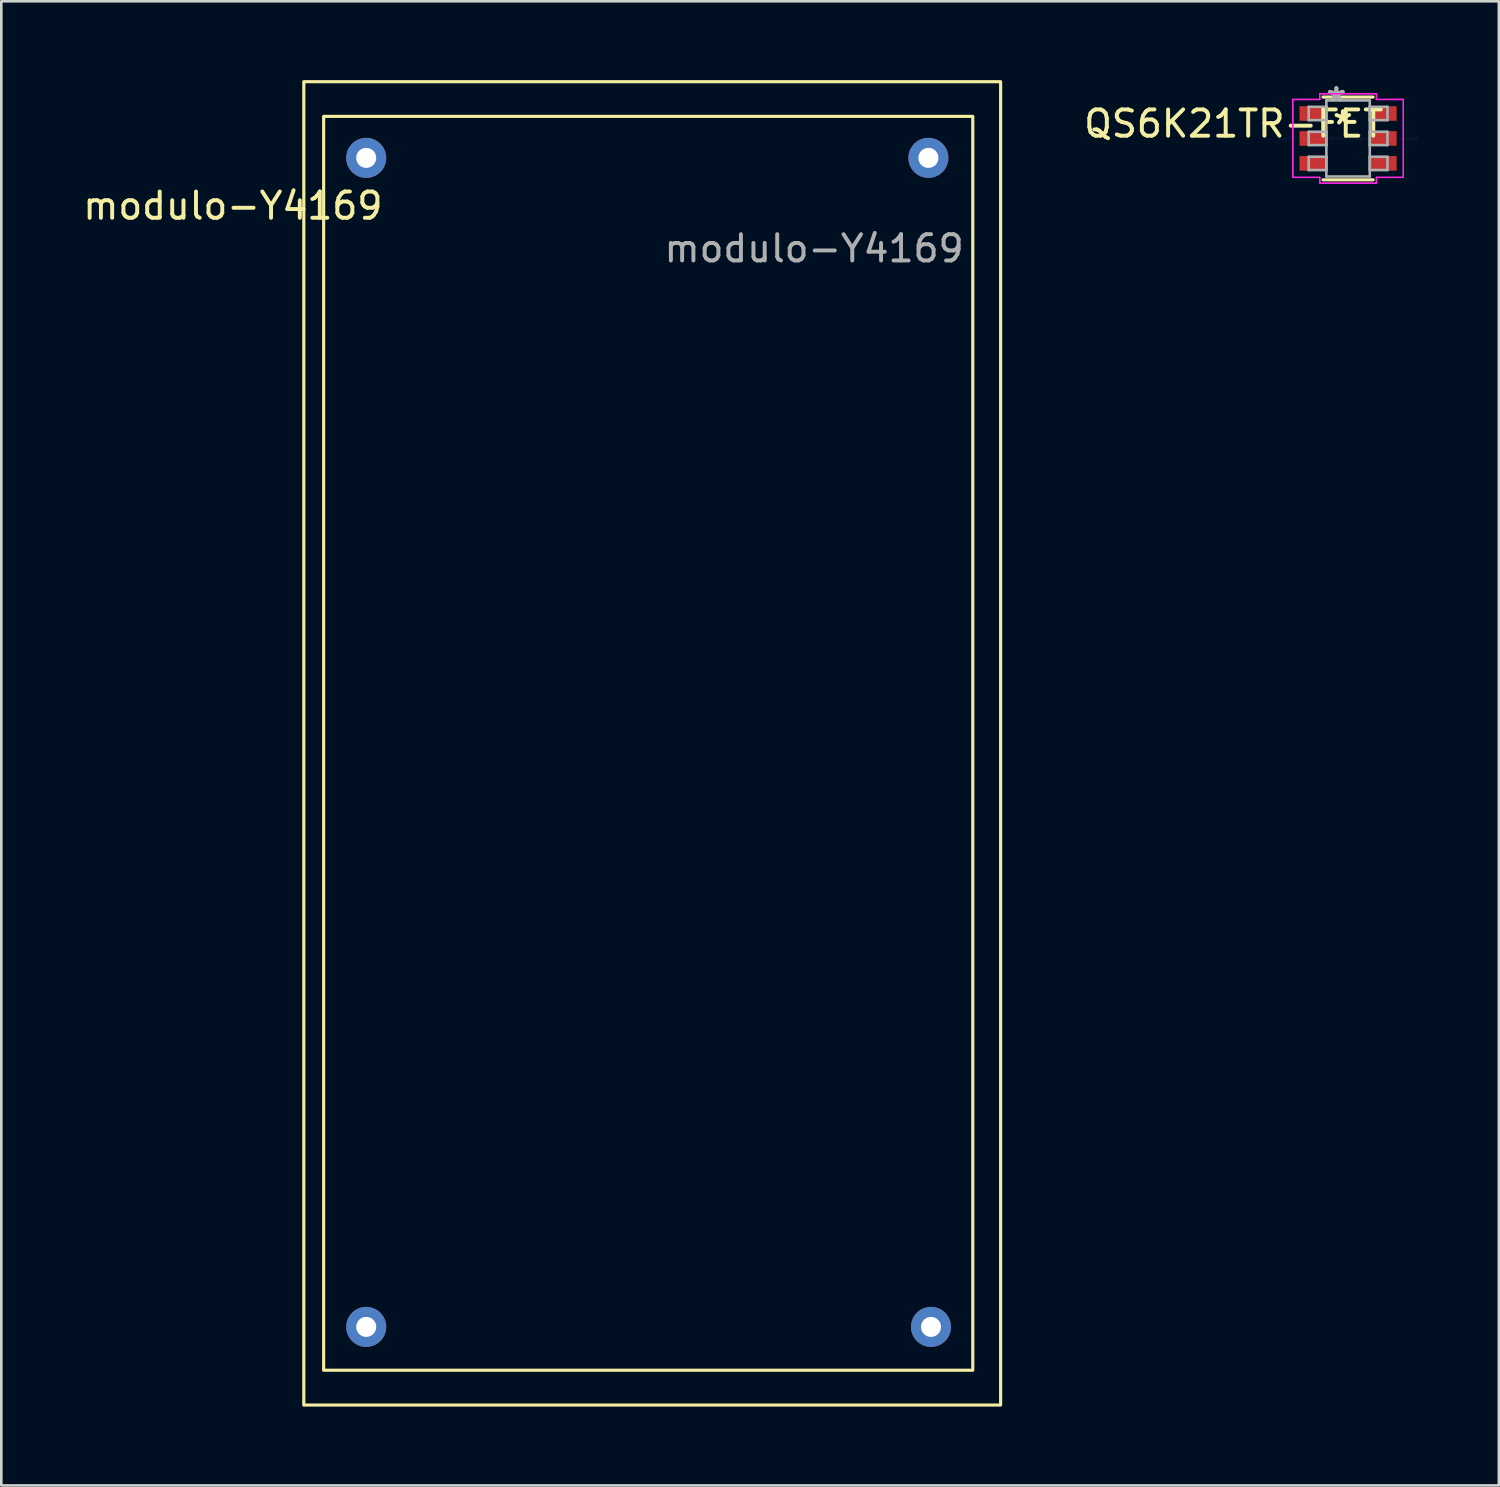
<source format=kicad_pcb>
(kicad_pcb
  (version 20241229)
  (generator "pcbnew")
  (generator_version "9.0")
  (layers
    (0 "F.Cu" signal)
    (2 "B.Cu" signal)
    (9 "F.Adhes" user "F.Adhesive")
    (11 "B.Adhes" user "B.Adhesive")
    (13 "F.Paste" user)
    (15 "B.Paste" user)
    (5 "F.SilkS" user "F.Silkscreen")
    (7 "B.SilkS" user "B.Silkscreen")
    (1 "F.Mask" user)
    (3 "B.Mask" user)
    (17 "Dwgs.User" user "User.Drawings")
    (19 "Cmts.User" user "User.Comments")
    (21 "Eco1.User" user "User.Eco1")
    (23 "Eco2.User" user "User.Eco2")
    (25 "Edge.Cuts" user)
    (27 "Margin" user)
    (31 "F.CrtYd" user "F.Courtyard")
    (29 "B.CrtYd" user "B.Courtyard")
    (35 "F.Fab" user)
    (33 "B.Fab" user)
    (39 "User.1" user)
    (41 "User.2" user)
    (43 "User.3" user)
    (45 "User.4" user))
  (footprint "QS6K21TR-FET"
    (layer "F.Cu")
    (at 48.266 2.22)
    (property "Reference" "QS6K21TR-FET" (at -4.35 -0.56 0) (layer "F.SilkS") (effects (font (size 1 1) (thickness 0.15))))
    (attr through_hole)
    (fp_line (start -0.953 1.575) (end 0.953 1.575) (stroke (width 0.12) (type solid)) (layer "F.SilkS"))
    (fp_line (start 0.953 -1.575) (end -0.953 -1.575) (stroke (width 0.12) (type solid)) (layer "F.SilkS"))
    (fp_line (start -2.103 -1.483) (end -1.079 -1.483) (stroke (width 0.05) (type solid)) (layer "F.CrtYd"))
    (fp_line (start -2.103 -1.483) (end -1.079 -1.483) (stroke (width 0.05) (type solid)) (layer "F.CrtYd"))
    (fp_line (start -2.103 1.483) (end -2.103 -1.483) (stroke (width 0.05) (type solid)) (layer "F.CrtYd"))
    (fp_line (start -2.103 1.483) (end -2.103 -1.483) (stroke (width 0.05) (type solid)) (layer "F.CrtYd"))
    (fp_line (start -2.103 1.483) (end -1.079 1.483) (stroke (width 0.05) (type solid)) (layer "F.CrtYd"))
    (fp_line (start -1.079 -1.702) (end 1.079 -1.702) (stroke (width 0.05) (type solid)) (layer "F.CrtYd"))
    (fp_line (start -1.079 -1.702) (end 1.079 -1.702) (stroke (width 0.05) (type solid)) (layer "F.CrtYd"))
    (fp_line (start -1.079 -1.483) (end -1.079 -1.702) (stroke (width 0.05) (type solid)) (layer "F.CrtYd"))
    (fp_line (start -1.079 -1.483) (end -1.079 -1.702) (stroke (width 0.05) (type solid)) (layer "F.CrtYd"))
    (fp_line (start -1.079 1.483) (end -2.103 1.483) (stroke (width 0.05) (type solid)) (layer "F.CrtYd"))
    (fp_line (start -1.079 1.702) (end -1.079 1.483) (stroke (width 0.05) (type solid)) (layer "F.CrtYd"))
    (fp_line (start -1.079 1.702) (end -1.079 1.483) (stroke (width 0.05) (type solid)) (layer "F.CrtYd"))
    (fp_line (start 1.079 -1.702) (end 1.079 -1.483) (stroke (width 0.05) (type solid)) (layer "F.CrtYd"))
    (fp_line (start 1.079 -1.702) (end 1.079 -1.483) (stroke (width 0.05) (type solid)) (layer "F.CrtYd"))
    (fp_line (start 1.079 -1.483) (end 2.103 -1.483) (stroke (width 0.05) (type solid)) (layer "F.CrtYd"))
    (fp_line (start 1.079 1.483) (end 1.079 1.702) (stroke (width 0.05) (type solid)) (layer "F.CrtYd"))
    (fp_line (start 1.079 1.483) (end 1.079 1.702) (stroke (width 0.05) (type solid)) (layer "F.CrtYd"))
    (fp_line (start 1.079 1.702) (end -1.079 1.702) (stroke (width 0.05) (type solid)) (layer "F.CrtYd"))
    (fp_line (start 1.079 1.702) (end -1.079 1.702) (stroke (width 0.05) (type solid)) (layer "F.CrtYd"))
    (fp_line (start 2.103 -1.483) (end 1.079 -1.483) (stroke (width 0.05) (type solid)) (layer "F.CrtYd"))
    (fp_line (start 2.103 -1.483) (end 2.103 1.483) (stroke (width 0.05) (type solid)) (layer "F.CrtYd"))
    (fp_line (start 2.103 -1.483) (end 2.103 1.483) (stroke (width 0.05) (type solid)) (layer "F.CrtYd"))
    (fp_line (start 2.103 1.483) (end 1.079 1.483) (stroke (width 0.05) (type solid)) (layer "F.CrtYd"))
    (fp_line (start 2.103 1.483) (end 1.079 1.483) (stroke (width 0.05) (type solid)) (layer "F.CrtYd"))
    (fp_line (start -1.499 -1.204) (end -1.499 -0.696) (stroke (width 0.1) (type solid)) (layer "F.Fab"))
    (fp_line (start -1.499 -0.696) (end -0.826 -0.696) (stroke (width 0.1) (type solid)) (layer "F.Fab"))
    (fp_line (start -1.499 -0.254) (end -1.499 0.254) (stroke (width 0.1) (type solid)) (layer "F.Fab"))
    (fp_line (start -1.499 0.254) (end -0.826 0.254) (stroke (width 0.1) (type solid)) (layer "F.Fab"))
    (fp_line (start -1.499 0.696) (end -1.499 1.204) (stroke (width 0.1) (type solid)) (layer "F.Fab"))
    (fp_line (start -1.499 1.204) (end -0.826 1.204) (stroke (width 0.1) (type solid)) (layer "F.Fab"))
    (fp_line (start -0.826 -1.448) (end -0.826 1.448) (stroke (width 0.1) (type solid)) (layer "F.Fab"))
    (fp_line (start -0.826 -1.204) (end -1.499 -1.204) (stroke (width 0.1) (type solid)) (layer "F.Fab"))
    (fp_line (start -0.826 -0.696) (end -0.826 -1.204) (stroke (width 0.1) (type solid)) (layer "F.Fab"))
    (fp_line (start -0.826 -0.254) (end -1.499 -0.254) (stroke (width 0.1) (type solid)) (layer "F.Fab"))
    (fp_line (start -0.826 0.254) (end -0.826 -0.254) (stroke (width 0.1) (type solid)) (layer "F.Fab"))
    (fp_line (start -0.826 0.696) (end -1.499 0.696) (stroke (width 0.1) (type solid)) (layer "F.Fab"))
    (fp_line (start -0.826 1.204) (end -0.826 0.696) (stroke (width 0.1) (type solid)) (layer "F.Fab"))
    (fp_line (start -0.826 1.448) (end 0.826 1.448) (stroke (width 0.1) (type solid)) (layer "F.Fab"))
    (fp_line (start 0.826 -1.448) (end -0.826 -1.448) (stroke (width 0.1) (type solid)) (layer "F.Fab"))
    (fp_line (start 0.826 -1.204) (end 0.826 -0.696) (stroke (width 0.1) (type solid)) (layer "F.Fab"))
    (fp_line (start 0.826 -0.696) (end 1.499 -0.696) (stroke (width 0.1) (type solid)) (layer "F.Fab"))
    (fp_line (start 0.826 -0.254) (end 0.826 0.254) (stroke (width 0.1) (type solid)) (layer "F.Fab"))
    (fp_line (start 0.826 0.254) (end 1.499 0.254) (stroke (width 0.1) (type solid)) (layer "F.Fab"))
    (fp_line (start 0.826 0.696) (end 0.826 1.204) (stroke (width 0.1) (type solid)) (layer "F.Fab"))
    (fp_line (start 0.826 1.204) (end 1.499 1.204) (stroke (width 0.1) (type solid)) (layer "F.Fab"))
    (fp_line (start 0.826 1.448) (end 0.826 -1.448) (stroke (width 0.1) (type solid)) (layer "F.Fab"))
    (fp_line (start 1.499 -1.204) (end 0.826 -1.204) (stroke (width 0.1) (type solid)) (layer "F.Fab"))
    (fp_line (start 1.499 -0.696) (end 1.499 -1.204) (stroke (width 0.1) (type solid)) (layer "F.Fab"))
    (fp_line (start 1.499 -0.254) (end 0.826 -0.254) (stroke (width 0.1) (type solid)) (layer "F.Fab"))
    (fp_line (start 1.499 0.254) (end 1.499 -0.254) (stroke (width 0.1) (type solid)) (layer "F.Fab"))
    (fp_line (start 1.499 0.696) (end 0.826 0.696) (stroke (width 0.1) (type solid)) (layer "F.Fab"))
    (fp_line (start 1.499 1.204) (end 1.499 0.696) (stroke (width 0.1) (type solid)) (layer "F.Fab"))
    (fp_text user "*" (at -0.2 -0.49 0) (layer "F.SilkS") (effects (font (size 1 1) (thickness 0.15))))
    (fp_text user "Copyright 2021 Accelerated Designs. All rights reserved." (at 0 0 0) (layer "Cmts.User") (effects (font (size 0.127 0.127) (thickness 0.002))))
    (fp_text user "*" (at -0.445 -1.372 0) (layer "F.Fab") (effects (font (size 1 1) (thickness 0.15))))
    (fp_text user "*" (at -0.445 -1.372 0) (layer "F.Fab") (effects (font (size 1 1) (thickness 0.15))))
    (pad "1" smd rect (at -1.337 -0.95) (size 1.023 0.558) (layers "F.Cu" "F.Mask" "F.Paste"))
    (pad "2" smd rect (at -1.337 0) (size 1.023 0.558) (layers "F.Cu" "F.Mask" "F.Paste"))
    (pad "3" smd rect (at -1.337 0.95) (size 1.023 0.558) (layers "F.Cu" "F.Mask" "F.Paste"))
    (pad "4" smd rect (at 1.337 0.95) (size 1.023 0.558) (layers "F.Cu" "F.Mask" "F.Paste"))
    (pad "5" smd rect (at 1.337 0) (size 1.023 0.558) (layers "F.Cu" "F.Mask" "F.Paste"))
    (pad "6" smd rect (at 1.337 -0.95) (size 1.023 0.558) (layers "F.Cu" "F.Mask" "F.Paste")))
  (footprint "modulo-Y4169"
    (layer "F.Cu")
    (at 21.49 24.86)
    (property "Reference" "modulo-Y4169" (at -15.675 -20.075 0) (unlocked yes) (layer "F.SilkS") (effects (font (size 1 1) (thickness 0.15))))
    (attr through_hole)
    (fp_rect (start -12.975 25.575) (end 13.55 -24.8) (stroke (width 0.12) (type solid)) (fill no) (layer "F.SilkS"))
    (fp_rect (start -12.22 -23.48) (end 12.49 24.25) (stroke (width 0.12) (type solid)) (fill no) (layer "F.SilkS"))
    (fp_text user "${REFERENCE}" (at 6.45 -18.45 0) (unlocked yes) (layer "F.Fab") (effects (font (size 1 1) (thickness 0.15))))
    (pad "1" thru_hole circle (at -10.6 -21.9) (size 1.524 1.524) (drill 0.762) (layers "*.Cu" "*.Mask"))
    (pad "2" thru_hole circle (at 10.8 -21.9) (size 1.524 1.524) (drill 0.762) (layers "*.Cu" "*.Mask"))
    (pad "3" thru_hole circle (at -10.6 22.6) (size 1.524 1.524) (drill 0.762) (layers "*.Cu" "*.Mask"))
    (pad "4" thru_hole circle (at 10.9 22.6) (size 1.524 1.524) (drill 0.762) (layers "*.Cu" "*.Mask")))
  (gr_rect
    (start -3 -3)
    (end 54.005 53.495)
    (stroke (width 0.1) (type default))
    (fill no)
    (layer "Edge.Cuts")))
</source>
